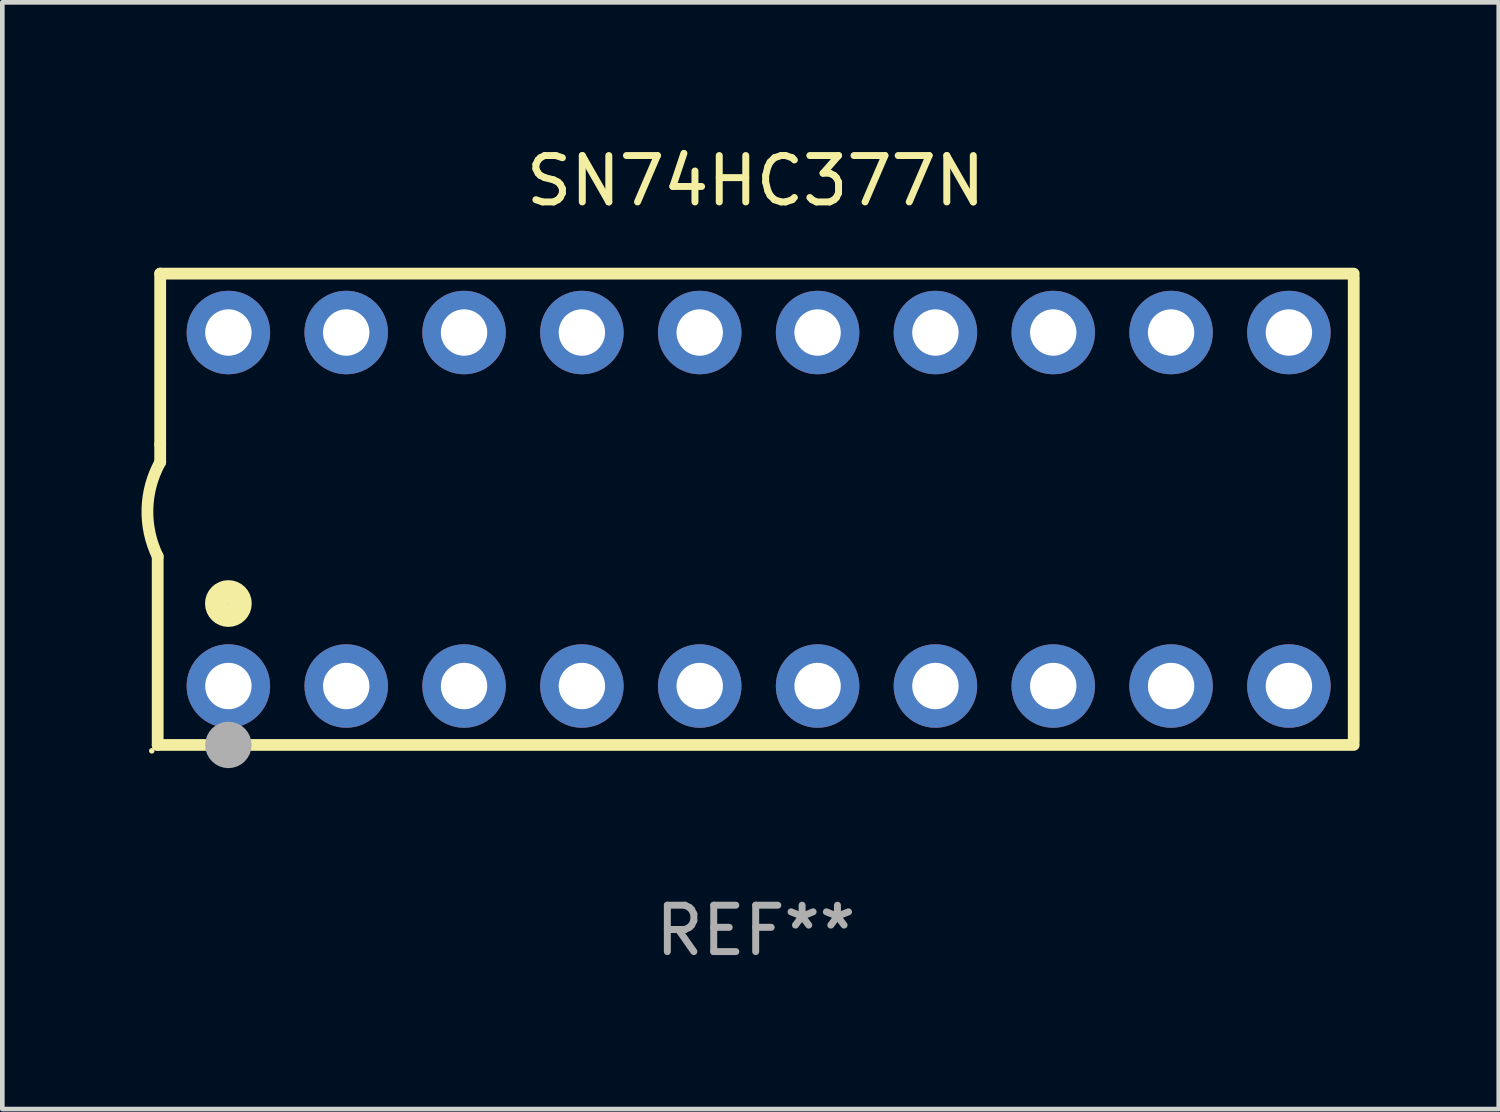
<source format=kicad_pcb>
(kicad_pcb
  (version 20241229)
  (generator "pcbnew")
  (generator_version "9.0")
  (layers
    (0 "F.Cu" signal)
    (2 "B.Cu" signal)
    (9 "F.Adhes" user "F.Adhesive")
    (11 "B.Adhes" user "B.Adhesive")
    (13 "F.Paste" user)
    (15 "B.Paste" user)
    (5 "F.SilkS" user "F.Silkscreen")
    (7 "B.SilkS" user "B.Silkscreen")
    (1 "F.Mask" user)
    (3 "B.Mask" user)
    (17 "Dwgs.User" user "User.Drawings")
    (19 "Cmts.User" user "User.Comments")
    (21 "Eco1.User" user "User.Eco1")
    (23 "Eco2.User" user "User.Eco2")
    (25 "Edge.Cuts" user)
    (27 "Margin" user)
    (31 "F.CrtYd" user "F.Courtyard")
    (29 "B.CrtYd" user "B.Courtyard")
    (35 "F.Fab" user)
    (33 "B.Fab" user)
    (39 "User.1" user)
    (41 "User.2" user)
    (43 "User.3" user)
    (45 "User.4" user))
  (footprint "SN74HC377N"
    (layer "F.Cu")
    (at 13.24 7.928)
    (property "Reference" "SN74HC377N" (at 0 -7.08 0) (layer "F.SilkS") (effects (font (size 1 1) (thickness 0.15))))
    (attr through_hole)
    (fp_line (start -12.891 5.08) (end -12.891 1.016) (stroke (width 0.254) (type solid)) (layer "F.SilkS"))
    (fp_line (start -12.891 5.08) (end 12.891 5.08) (stroke (width 0.254) (type solid)) (layer "F.SilkS"))
    (fp_line (start -12.837 -5.08) (end -12.837 -1.397) (stroke (width 0.254) (type solid)) (layer "F.SilkS"))
    (fp_line (start -12.837 -5.08) (end 12.891 -5.08) (stroke (width 0.254) (type solid)) (layer "F.SilkS"))
    (fp_line (start -12.837 -1.397) (end -12.837 -1.016) (stroke (width 0.254) (type solid)) (layer "F.SilkS"))
    (fp_line (start 12.891 -5) (end 12.891 5) (stroke (width 0.254) (type solid)) (layer "F.SilkS"))
    (fp_arc (start -12.890526 1.016002) (mid -13.111945 -0.006602) (end -12.836525 -1.016002) (stroke (width 0.254001) (type solid)) (layer "F.SilkS"))
    (fp_circle (center -13.018 5.207) (end -12.988 5.207) (stroke (width 0.06) (type solid)) (fill no) (layer "F.SilkS"))
    (fp_circle (center -11.367 2.032) (end -11.113 2.032) (stroke (width 0.5) (type solid)) (fill no) (layer "F.SilkS"))
    (fp_circle (center -11.367 5.08) (end -11.117 5.08) (stroke (width 0.5) (type solid)) (fill no) (layer "F.Fab"))
    (fp_text user "REF**" (at 0 9.08 0) (layer "F.Fab") (effects (font (size 1 1) (thickness 0.15))))
    (pad "1" thru_hole circle (at -11.367 3.81) (size 1.8 1.8) (drill 1) (layers "*.Cu" "*.Mask"))
    (pad "2" thru_hole circle (at -8.827 3.81) (size 1.8 1.8) (drill 1) (layers "*.Cu" "*.Mask"))
    (pad "3" thru_hole circle (at -6.287 3.81) (size 1.8 1.8) (drill 1) (layers "*.Cu" "*.Mask"))
    (pad "4" thru_hole circle (at -3.747 3.81) (size 1.8 1.8) (drill 1) (layers "*.Cu" "*.Mask"))
    (pad "5" thru_hole circle (at -1.207 3.81) (size 1.8 1.8) (drill 1) (layers "*.Cu" "*.Mask"))
    (pad "6" thru_hole circle (at 1.334 3.81) (size 1.8 1.8) (drill 1) (layers "*.Cu" "*.Mask"))
    (pad "7" thru_hole circle (at 3.874 3.81) (size 1.8 1.8) (drill 1) (layers "*.Cu" "*.Mask"))
    (pad "8" thru_hole circle (at 6.414 3.81) (size 1.8 1.8) (drill 1) (layers "*.Cu" "*.Mask"))
    (pad "9" thru_hole circle (at 8.954 3.81) (size 1.8 1.8) (drill 1) (layers "*.Cu" "*.Mask"))
    (pad "10" thru_hole circle (at 11.494 3.81) (size 1.8 1.8) (drill 1) (layers "*.Cu" "*.Mask"))
    (pad "11" thru_hole circle (at 11.494 -3.81) (size 1.8 1.8) (drill 1) (layers "*.Cu" "*.Mask"))
    (pad "12" thru_hole circle (at 8.954 -3.81) (size 1.8 1.8) (drill 1) (layers "*.Cu" "*.Mask"))
    (pad "13" thru_hole circle (at 6.414 -3.81) (size 1.8 1.8) (drill 1) (layers "*.Cu" "*.Mask"))
    (pad "14" thru_hole circle (at 3.874 -3.81) (size 1.8 1.8) (drill 1) (layers "*.Cu" "*.Mask"))
    (pad "15" thru_hole circle (at 1.334 -3.81) (size 1.8 1.8) (drill 1) (layers "*.Cu" "*.Mask"))
    (pad "16" thru_hole circle (at -1.207 -3.81) (size 1.8 1.8) (drill 1) (layers "*.Cu" "*.Mask"))
    (pad "17" thru_hole circle (at -3.747 -3.81) (size 1.8 1.8) (drill 1) (layers "*.Cu" "*.Mask"))
    (pad "18" thru_hole circle (at -6.287 -3.81) (size 1.8 1.8) (drill 1) (layers "*.Cu" "*.Mask"))
    (pad "19" thru_hole circle (at -8.827 -3.81) (size 1.8 1.8) (drill 1) (layers "*.Cu" "*.Mask"))
    (pad "20" thru_hole circle (at -11.367 -3.81) (size 1.8 1.8) (drill 1) (layers "*.Cu" "*.Mask")))
  (gr_rect
    (start -3 -3)
    (end 29.257 20.857)
    (stroke (width 0.1) (type default))
    (fill no)
    (layer "Edge.Cuts")))
</source>
